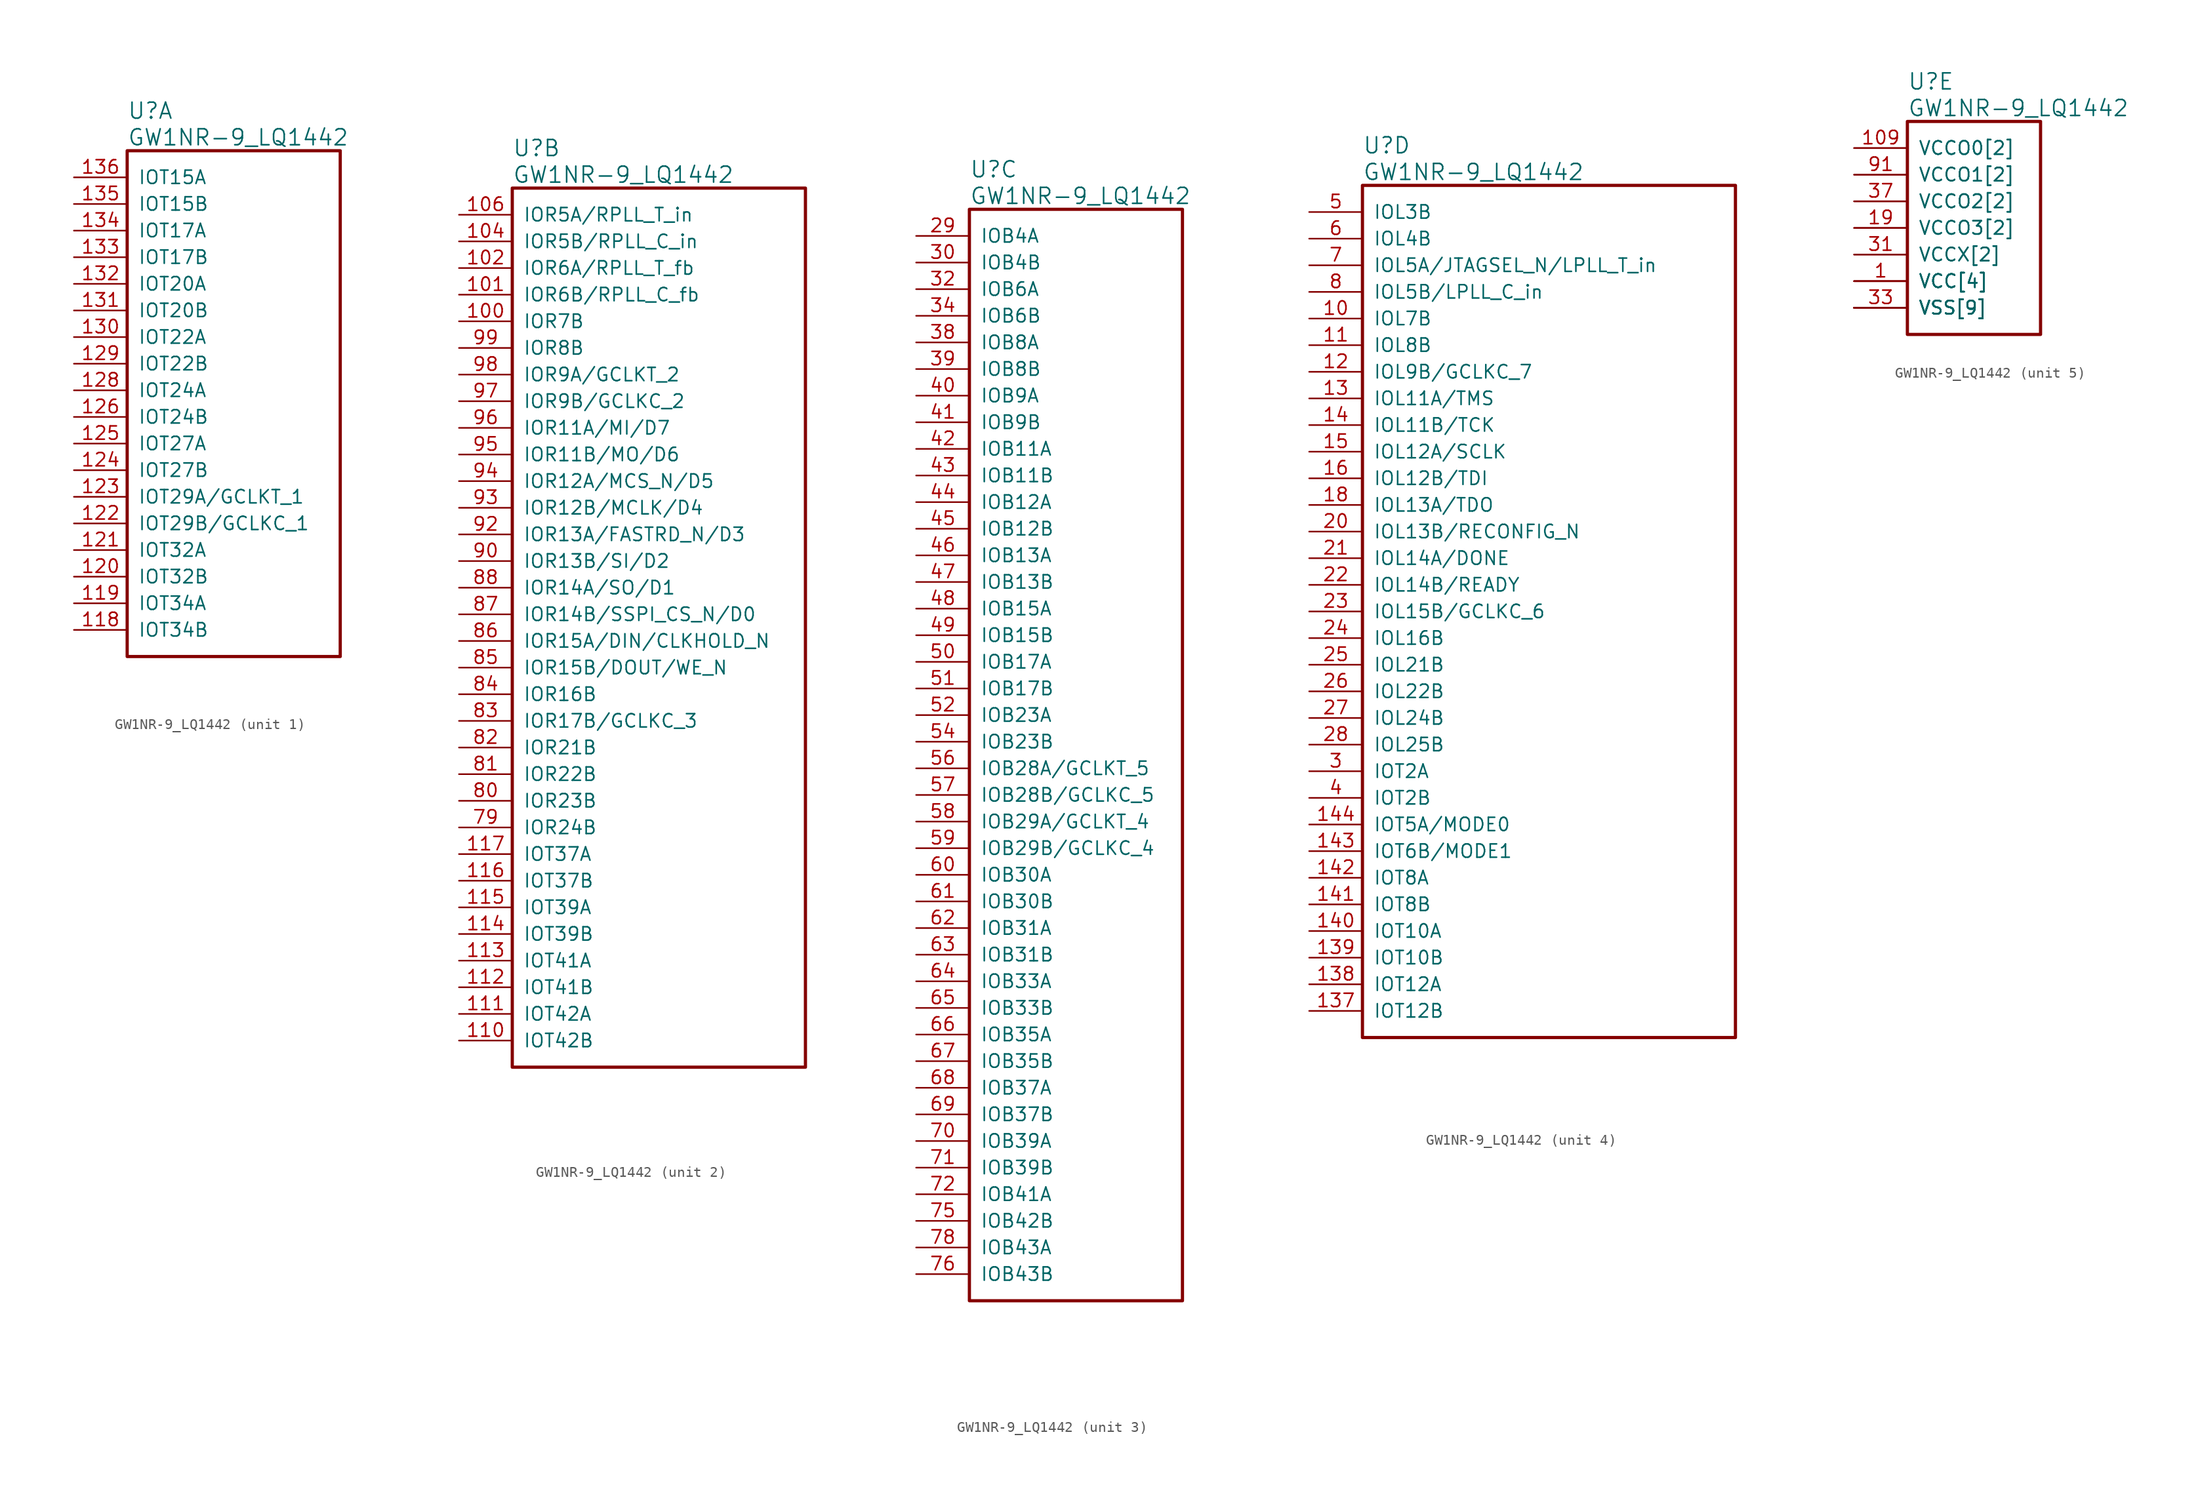
<source format=kicad_sym>
(kicad_symbol_lib
  (version 20241209)
  (generator "kicad_symbol_editor")
  (generator_version "9.0")
  (symbol "GW1NR-9_LQ1442"
    (pin_names
      (offset 1.016))
    (property "Reference" "U"
      (at 5.08 6.35 0)
      (effects (font (size 1.524 1.524)) (justify left)))
    (property "Value" "GW1NR-9_LQ1442"
      (at 5.08 3.81 0)
      (effects (font (size 1.524 1.524)) (justify left)))
    (property "ki_locked" ""
      (at 0 0 0)
      (effects (font (size 1.27 1.27))))
    (symbol "GW1NR-9_LQ1442_1_1"
      (rectangle (start 5.08 2.54) (end 25.4 -45.72) (stroke (width 0.305) (type solid)) (fill (type none)))
      (pin bidirectional line (at 0 0 0) (length 5.08) (name "IOT15A" (effects (font (size 1.27 1.27)))) (number "136" (effects (font (size 1.27 1.27)))))
      (pin bidirectional line (at 0 -2.54 0) (length 5.08) (name "IOT15B" (effects (font (size 1.27 1.27)))) (number "135" (effects (font (size 1.27 1.27)))))
      (pin bidirectional line (at 0 -5.08 0) (length 5.08) (name "IOT17A" (effects (font (size 1.27 1.27)))) (number "134" (effects (font (size 1.27 1.27)))))
      (pin bidirectional line (at 0 -7.62 0) (length 5.08) (name "IOT17B" (effects (font (size 1.27 1.27)))) (number "133" (effects (font (size 1.27 1.27)))))
      (pin bidirectional line (at 0 -10.16 0) (length 5.08) (name "IOT20A" (effects (font (size 1.27 1.27)))) (number "132" (effects (font (size 1.27 1.27)))))
      (pin bidirectional line (at 0 -12.7 0) (length 5.08) (name "IOT20B" (effects (font (size 1.27 1.27)))) (number "131" (effects (font (size 1.27 1.27)))))
      (pin bidirectional line (at 0 -15.24 0) (length 5.08) (name "IOT22A" (effects (font (size 1.27 1.27)))) (number "130" (effects (font (size 1.27 1.27)))))
      (pin bidirectional line (at 0 -17.78 0) (length 5.08) (name "IOT22B" (effects (font (size 1.27 1.27)))) (number "129" (effects (font (size 1.27 1.27)))))
      (pin bidirectional line (at 0 -20.32 0) (length 5.08) (name "IOT24A" (effects (font (size 1.27 1.27)))) (number "128" (effects (font (size 1.27 1.27)))))
      (pin bidirectional line (at 0 -22.86 0) (length 5.08) (name "IOT24B" (effects (font (size 1.27 1.27)))) (number "126" (effects (font (size 1.27 1.27)))))
      (pin bidirectional line (at 0 -25.4 0) (length 5.08) (name "IOT27A" (effects (font (size 1.27 1.27)))) (number "125" (effects (font (size 1.27 1.27)))))
      (pin bidirectional line (at 0 -27.94 0) (length 5.08) (name "IOT27B" (effects (font (size 1.27 1.27)))) (number "124" (effects (font (size 1.27 1.27)))))
      (pin bidirectional line (at 0 -30.48 0) (length 5.08) (name "IOT29A/GCLKT_1" (effects (font (size 1.27 1.27)))) (number "123" (effects (font (size 1.27 1.27)))))
      (pin bidirectional line (at 0 -33.02 0) (length 5.08) (name "IOT29B/GCLKC_1" (effects (font (size 1.27 1.27)))) (number "122" (effects (font (size 1.27 1.27)))))
      (pin bidirectional line (at 0 -35.56 0) (length 5.08) (name "IOT32A" (effects (font (size 1.27 1.27)))) (number "121" (effects (font (size 1.27 1.27)))))
      (pin bidirectional line (at 0 -38.1 0) (length 5.08) (name "IOT32B" (effects (font (size 1.27 1.27)))) (number "120" (effects (font (size 1.27 1.27)))))
      (pin bidirectional line (at 0 -40.64 0) (length 5.08) (name "IOT34A" (effects (font (size 1.27 1.27)))) (number "119" (effects (font (size 1.27 1.27)))))
      (pin bidirectional line (at 0 -43.18 0) (length 5.08) (name "IOT34B" (effects (font (size 1.27 1.27)))) (number "118" (effects (font (size 1.27 1.27))))))
    (symbol "GW1NR-9_LQ1442_2_1"
      (rectangle (start 5.08 2.54) (end 33.02 -81.28) (stroke (width 0.305) (type solid)) (fill (type none)))
      (pin bidirectional line (at 0 0 0) (length 5.08) (name "IOR5A/RPLL_T_in" (effects (font (size 1.27 1.27)))) (number "106" (effects (font (size 1.27 1.27)))))
      (pin bidirectional line (at 0 -2.54 0) (length 5.08) (name "IOR5B/RPLL_C_in" (effects (font (size 1.27 1.27)))) (number "104" (effects (font (size 1.27 1.27)))))
      (pin bidirectional line (at 0 -5.08 0) (length 5.08) (name "IOR6A/RPLL_T_fb" (effects (font (size 1.27 1.27)))) (number "102" (effects (font (size 1.27 1.27)))))
      (pin bidirectional line (at 0 -7.62 0) (length 5.08) (name "IOR6B/RPLL_C_fb" (effects (font (size 1.27 1.27)))) (number "101" (effects (font (size 1.27 1.27)))))
      (pin bidirectional line (at 0 -10.16 0) (length 5.08) (name "IOR7B" (effects (font (size 1.27 1.27)))) (number "100" (effects (font (size 1.27 1.27)))))
      (pin bidirectional line (at 0 -12.7 0) (length 5.08) (name "IOR8B" (effects (font (size 1.27 1.27)))) (number "99" (effects (font (size 1.27 1.27)))))
      (pin bidirectional line (at 0 -15.24 0) (length 5.08) (name "IOR9A/GCLKT_2" (effects (font (size 1.27 1.27)))) (number "98" (effects (font (size 1.27 1.27)))))
      (pin bidirectional line (at 0 -17.78 0) (length 5.08) (name "IOR9B/GCLKC_2" (effects (font (size 1.27 1.27)))) (number "97" (effects (font (size 1.27 1.27)))))
      (pin bidirectional line (at 0 -20.32 0) (length 5.08) (name "IOR11A/MI/D7" (effects (font (size 1.27 1.27)))) (number "96" (effects (font (size 1.27 1.27)))))
      (pin bidirectional line (at 0 -22.86 0) (length 5.08) (name "IOR11B/MO/D6" (effects (font (size 1.27 1.27)))) (number "95" (effects (font (size 1.27 1.27)))))
      (pin bidirectional line (at 0 -25.4 0) (length 5.08) (name "IOR12A/MCS_N/D5" (effects (font (size 1.27 1.27)))) (number "94" (effects (font (size 1.27 1.27)))))
      (pin bidirectional line (at 0 -27.94 0) (length 5.08) (name "IOR12B/MCLK/D4" (effects (font (size 1.27 1.27)))) (number "93" (effects (font (size 1.27 1.27)))))
      (pin bidirectional line (at 0 -30.48 0) (length 5.08) (name "IOR13A/FASTRD_N/D3" (effects (font (size 1.27 1.27)))) (number "92" (effects (font (size 1.27 1.27)))))
      (pin bidirectional line (at 0 -33.02 0) (length 5.08) (name "IOR13B/SI/D2" (effects (font (size 1.27 1.27)))) (number "90" (effects (font (size 1.27 1.27)))))
      (pin bidirectional line (at 0 -35.56 0) (length 5.08) (name "IOR14A/SO/D1" (effects (font (size 1.27 1.27)))) (number "88" (effects (font (size 1.27 1.27)))))
      (pin bidirectional line (at 0 -38.1 0) (length 5.08) (name "IOR14B/SSPI_CS_N/D0" (effects (font (size 1.27 1.27)))) (number "87" (effects (font (size 1.27 1.27)))))
      (pin bidirectional line (at 0 -40.64 0) (length 5.08) (name "IOR15A/DIN/CLKHOLD_N" (effects (font (size 1.27 1.27)))) (number "86" (effects (font (size 1.27 1.27)))))
      (pin bidirectional line (at 0 -43.18 0) (length 5.08) (name "IOR15B/DOUT/WE_N" (effects (font (size 1.27 1.27)))) (number "85" (effects (font (size 1.27 1.27)))))
      (pin bidirectional line (at 0 -45.72 0) (length 5.08) (name "IOR16B" (effects (font (size 1.27 1.27)))) (number "84" (effects (font (size 1.27 1.27)))))
      (pin bidirectional line (at 0 -48.26 0) (length 5.08) (name "IOR17B/GCLKC_3" (effects (font (size 1.27 1.27)))) (number "83" (effects (font (size 1.27 1.27)))))
      (pin bidirectional line (at 0 -50.8 0) (length 5.08) (name "IOR21B" (effects (font (size 1.27 1.27)))) (number "82" (effects (font (size 1.27 1.27)))))
      (pin bidirectional line (at 0 -53.34 0) (length 5.08) (name "IOR22B" (effects (font (size 1.27 1.27)))) (number "81" (effects (font (size 1.27 1.27)))))
      (pin bidirectional line (at 0 -55.88 0) (length 5.08) (name "IOR23B" (effects (font (size 1.27 1.27)))) (number "80" (effects (font (size 1.27 1.27)))))
      (pin bidirectional line (at 0 -58.42 0) (length 5.08) (name "IOR24B" (effects (font (size 1.27 1.27)))) (number "79" (effects (font (size 1.27 1.27)))))
      (pin bidirectional line (at 0 -60.96 0) (length 5.08) (name "IOT37A" (effects (font (size 1.27 1.27)))) (number "117" (effects (font (size 1.27 1.27)))))
      (pin bidirectional line (at 0 -63.5 0) (length 5.08) (name "IOT37B" (effects (font (size 1.27 1.27)))) (number "116" (effects (font (size 1.27 1.27)))))
      (pin bidirectional line (at 0 -66.04 0) (length 5.08) (name "IOT39A" (effects (font (size 1.27 1.27)))) (number "115" (effects (font (size 1.27 1.27)))))
      (pin bidirectional line (at 0 -68.58 0) (length 5.08) (name "IOT39B" (effects (font (size 1.27 1.27)))) (number "114" (effects (font (size 1.27 1.27)))))
      (pin bidirectional line (at 0 -71.12 0) (length 5.08) (name "IOT41A" (effects (font (size 1.27 1.27)))) (number "113" (effects (font (size 1.27 1.27)))))
      (pin bidirectional line (at 0 -73.66 0) (length 5.08) (name "IOT41B" (effects (font (size 1.27 1.27)))) (number "112" (effects (font (size 1.27 1.27)))))
      (pin bidirectional line (at 0 -76.2 0) (length 5.08) (name "IOT42A" (effects (font (size 1.27 1.27)))) (number "111" (effects (font (size 1.27 1.27)))))
      (pin bidirectional line (at 0 -78.74 0) (length 5.08) (name "IOT42B" (effects (font (size 1.27 1.27)))) (number "110" (effects (font (size 1.27 1.27))))))
    (symbol "GW1NR-9_LQ1442_3_1"
      (rectangle (start 5.08 2.54) (end 25.4 -101.6) (stroke (width 0.305) (type solid)) (fill (type none)))
      (pin bidirectional line (at 0 0 0) (length 5.08) (name "IOB4A" (effects (font (size 1.27 1.27)))) (number "29" (effects (font (size 1.27 1.27)))))
      (pin bidirectional line (at 0 -2.54 0) (length 5.08) (name "IOB4B" (effects (font (size 1.27 1.27)))) (number "30" (effects (font (size 1.27 1.27)))))
      (pin bidirectional line (at 0 -5.08 0) (length 5.08) (name "IOB6A" (effects (font (size 1.27 1.27)))) (number "32" (effects (font (size 1.27 1.27)))))
      (pin bidirectional line (at 0 -7.62 0) (length 5.08) (name "IOB6B" (effects (font (size 1.27 1.27)))) (number "34" (effects (font (size 1.27 1.27)))))
      (pin bidirectional line (at 0 -10.16 0) (length 5.08) (name "IOB8A" (effects (font (size 1.27 1.27)))) (number "38" (effects (font (size 1.27 1.27)))))
      (pin bidirectional line (at 0 -12.7 0) (length 5.08) (name "IOB8B" (effects (font (size 1.27 1.27)))) (number "39" (effects (font (size 1.27 1.27)))))
      (pin bidirectional line (at 0 -15.24 0) (length 5.08) (name "IOB9A" (effects (font (size 1.27 1.27)))) (number "40" (effects (font (size 1.27 1.27)))))
      (pin bidirectional line (at 0 -17.78 0) (length 5.08) (name "IOB9B" (effects (font (size 1.27 1.27)))) (number "41" (effects (font (size 1.27 1.27)))))
      (pin bidirectional line (at 0 -20.32 0) (length 5.08) (name "IOB11A" (effects (font (size 1.27 1.27)))) (number "42" (effects (font (size 1.27 1.27)))))
      (pin bidirectional line (at 0 -22.86 0) (length 5.08) (name "IOB11B" (effects (font (size 1.27 1.27)))) (number "43" (effects (font (size 1.27 1.27)))))
      (pin bidirectional line (at 0 -25.4 0) (length 5.08) (name "IOB12A" (effects (font (size 1.27 1.27)))) (number "44" (effects (font (size 1.27 1.27)))))
      (pin bidirectional line (at 0 -27.94 0) (length 5.08) (name "IOB12B" (effects (font (size 1.27 1.27)))) (number "45" (effects (font (size 1.27 1.27)))))
      (pin bidirectional line (at 0 -30.48 0) (length 5.08) (name "IOB13A" (effects (font (size 1.27 1.27)))) (number "46" (effects (font (size 1.27 1.27)))))
      (pin bidirectional line (at 0 -33.02 0) (length 5.08) (name "IOB13B" (effects (font (size 1.27 1.27)))) (number "47" (effects (font (size 1.27 1.27)))))
      (pin bidirectional line (at 0 -35.56 0) (length 5.08) (name "IOB15A" (effects (font (size 1.27 1.27)))) (number "48" (effects (font (size 1.27 1.27)))))
      (pin bidirectional line (at 0 -38.1 0) (length 5.08) (name "IOB15B" (effects (font (size 1.27 1.27)))) (number "49" (effects (font (size 1.27 1.27)))))
      (pin bidirectional line (at 0 -40.64 0) (length 5.08) (name "IOB17A" (effects (font (size 1.27 1.27)))) (number "50" (effects (font (size 1.27 1.27)))))
      (pin bidirectional line (at 0 -43.18 0) (length 5.08) (name "IOB17B" (effects (font (size 1.27 1.27)))) (number "51" (effects (font (size 1.27 1.27)))))
      (pin bidirectional line (at 0 -45.72 0) (length 5.08) (name "IOB23A" (effects (font (size 1.27 1.27)))) (number "52" (effects (font (size 1.27 1.27)))))
      (pin bidirectional line (at 0 -48.26 0) (length 5.08) (name "IOB23B" (effects (font (size 1.27 1.27)))) (number "54" (effects (font (size 1.27 1.27)))))
      (pin bidirectional line (at 0 -50.8 0) (length 5.08) (name "IOB28A/GCLKT_5" (effects (font (size 1.27 1.27)))) (number "56" (effects (font (size 1.27 1.27)))))
      (pin bidirectional line (at 0 -53.34 0) (length 5.08) (name "IOB28B/GCLKC_5" (effects (font (size 1.27 1.27)))) (number "57" (effects (font (size 1.27 1.27)))))
      (pin bidirectional line (at 0 -55.88 0) (length 5.08) (name "IOB29A/GCLKT_4" (effects (font (size 1.27 1.27)))) (number "58" (effects (font (size 1.27 1.27)))))
      (pin bidirectional line (at 0 -58.42 0) (length 5.08) (name "IOB29B/GCLKC_4" (effects (font (size 1.27 1.27)))) (number "59" (effects (font (size 1.27 1.27)))))
      (pin bidirectional line (at 0 -60.96 0) (length 5.08) (name "IOB30A" (effects (font (size 1.27 1.27)))) (number "60" (effects (font (size 1.27 1.27)))))
      (pin bidirectional line (at 0 -63.5 0) (length 5.08) (name "IOB30B" (effects (font (size 1.27 1.27)))) (number "61" (effects (font (size 1.27 1.27)))))
      (pin bidirectional line (at 0 -66.04 0) (length 5.08) (name "IOB31A" (effects (font (size 1.27 1.27)))) (number "62" (effects (font (size 1.27 1.27)))))
      (pin bidirectional line (at 0 -68.58 0) (length 5.08) (name "IOB31B" (effects (font (size 1.27 1.27)))) (number "63" (effects (font (size 1.27 1.27)))))
      (pin bidirectional line (at 0 -71.12 0) (length 5.08) (name "IOB33A" (effects (font (size 1.27 1.27)))) (number "64" (effects (font (size 1.27 1.27)))))
      (pin bidirectional line (at 0 -73.66 0) (length 5.08) (name "IOB33B" (effects (font (size 1.27 1.27)))) (number "65" (effects (font (size 1.27 1.27)))))
      (pin bidirectional line (at 0 -76.2 0) (length 5.08) (name "IOB35A" (effects (font (size 1.27 1.27)))) (number "66" (effects (font (size 1.27 1.27)))))
      (pin bidirectional line (at 0 -78.74 0) (length 5.08) (name "IOB35B" (effects (font (size 1.27 1.27)))) (number "67" (effects (font (size 1.27 1.27)))))
      (pin bidirectional line (at 0 -81.28 0) (length 5.08) (name "IOB37A" (effects (font (size 1.27 1.27)))) (number "68" (effects (font (size 1.27 1.27)))))
      (pin bidirectional line (at 0 -83.82 0) (length 5.08) (name "IOB37B" (effects (font (size 1.27 1.27)))) (number "69" (effects (font (size 1.27 1.27)))))
      (pin bidirectional line (at 0 -86.36 0) (length 5.08) (name "IOB39A" (effects (font (size 1.27 1.27)))) (number "70" (effects (font (size 1.27 1.27)))))
      (pin bidirectional line (at 0 -88.9 0) (length 5.08) (name "IOB39B" (effects (font (size 1.27 1.27)))) (number "71" (effects (font (size 1.27 1.27)))))
      (pin bidirectional line (at 0 -91.44 0) (length 5.08) (name "IOB41A" (effects (font (size 1.27 1.27)))) (number "72" (effects (font (size 1.27 1.27)))))
      (pin bidirectional line (at 0 -93.98 0) (length 5.08) (name "IOB42B" (effects (font (size 1.27 1.27)))) (number "75" (effects (font (size 1.27 1.27)))))
      (pin bidirectional line (at 0 -96.52 0) (length 5.08) (name "IOB43A" (effects (font (size 1.27 1.27)))) (number "78" (effects (font (size 1.27 1.27)))))
      (pin bidirectional line (at 0 -99.06 0) (length 5.08) (name "IOB43B" (effects (font (size 1.27 1.27)))) (number "76" (effects (font (size 1.27 1.27))))))
    (symbol "GW1NR-9_LQ1442_4_1"
      (rectangle (start 5.08 2.54) (end 40.64 -78.74) (stroke (width 0.305) (type solid)) (fill (type none)))
      (pin bidirectional line (at 0 0 0) (length 5.08) (name "IOL3B" (effects (font (size 1.27 1.27)))) (number "5" (effects (font (size 1.27 1.27)))))
      (pin bidirectional line (at 0 -2.54 0) (length 5.08) (name "IOL4B" (effects (font (size 1.27 1.27)))) (number "6" (effects (font (size 1.27 1.27)))))
      (pin bidirectional line (at 0 -5.08 0) (length 5.08) (name "IOL5A/JTAGSEL_N/LPLL_T_in" (effects (font (size 1.27 1.27)))) (number "7" (effects (font (size 1.27 1.27)))))
      (pin bidirectional line (at 0 -7.62 0) (length 5.08) (name "IOL5B/LPLL_C_in" (effects (font (size 1.27 1.27)))) (number "8" (effects (font (size 1.27 1.27)))))
      (pin bidirectional line (at 0 -10.16 0) (length 5.08) (name "IOL7B" (effects (font (size 1.27 1.27)))) (number "10" (effects (font (size 1.27 1.27)))))
      (pin bidirectional line (at 0 -12.7 0) (length 5.08) (name "IOL8B" (effects (font (size 1.27 1.27)))) (number "11" (effects (font (size 1.27 1.27)))))
      (pin bidirectional line (at 0 -15.24 0) (length 5.08) (name "IOL9B/GCLKC_7" (effects (font (size 1.27 1.27)))) (number "12" (effects (font (size 1.27 1.27)))))
      (pin bidirectional line (at 0 -17.78 0) (length 5.08) (name "IOL11A/TMS" (effects (font (size 1.27 1.27)))) (number "13" (effects (font (size 1.27 1.27)))))
      (pin bidirectional line (at 0 -20.32 0) (length 5.08) (name "IOL11B/TCK" (effects (font (size 1.27 1.27)))) (number "14" (effects (font (size 1.27 1.27)))))
      (pin bidirectional line (at 0 -22.86 0) (length 5.08) (name "IOL12A/SCLK" (effects (font (size 1.27 1.27)))) (number "15" (effects (font (size 1.27 1.27)))))
      (pin bidirectional line (at 0 -25.4 0) (length 5.08) (name "IOL12B/TDI" (effects (font (size 1.27 1.27)))) (number "16" (effects (font (size 1.27 1.27)))))
      (pin bidirectional line (at 0 -27.94 0) (length 5.08) (name "IOL13A/TDO" (effects (font (size 1.27 1.27)))) (number "18" (effects (font (size 1.27 1.27)))))
      (pin bidirectional line (at 0 -30.48 0) (length 5.08) (name "IOL13B/RECONFIG_N" (effects (font (size 1.27 1.27)))) (number "20" (effects (font (size 1.27 1.27)))))
      (pin bidirectional line (at 0 -33.02 0) (length 5.08) (name "IOL14A/DONE" (effects (font (size 1.27 1.27)))) (number "21" (effects (font (size 1.27 1.27)))))
      (pin bidirectional line (at 0 -35.56 0) (length 5.08) (name "IOL14B/READY" (effects (font (size 1.27 1.27)))) (number "22" (effects (font (size 1.27 1.27)))))
      (pin bidirectional line (at 0 -38.1 0) (length 5.08) (name "IOL15B/GCLKC_6" (effects (font (size 1.27 1.27)))) (number "23" (effects (font (size 1.27 1.27)))))
      (pin bidirectional line (at 0 -40.64 0) (length 5.08) (name "IOL16B" (effects (font (size 1.27 1.27)))) (number "24" (effects (font (size 1.27 1.27)))))
      (pin bidirectional line (at 0 -43.18 0) (length 5.08) (name "IOL21B" (effects (font (size 1.27 1.27)))) (number "25" (effects (font (size 1.27 1.27)))))
      (pin bidirectional line (at 0 -45.72 0) (length 5.08) (name "IOL22B" (effects (font (size 1.27 1.27)))) (number "26" (effects (font (size 1.27 1.27)))))
      (pin bidirectional line (at 0 -48.26 0) (length 5.08) (name "IOL24B" (effects (font (size 1.27 1.27)))) (number "27" (effects (font (size 1.27 1.27)))))
      (pin bidirectional line (at 0 -50.8 0) (length 5.08) (name "IOL25B" (effects (font (size 1.27 1.27)))) (number "28" (effects (font (size 1.27 1.27)))))
      (pin bidirectional line (at 0 -53.34 0) (length 5.08) (name "IOT2A" (effects (font (size 1.27 1.27)))) (number "3" (effects (font (size 1.27 1.27)))))
      (pin bidirectional line (at 0 -55.88 0) (length 5.08) (name "IOT2B" (effects (font (size 1.27 1.27)))) (number "4" (effects (font (size 1.27 1.27)))))
      (pin bidirectional line (at 0 -58.42 0) (length 5.08) (name "IOT5A/MODE0" (effects (font (size 1.27 1.27)))) (number "144" (effects (font (size 1.27 1.27)))))
      (pin bidirectional line (at 0 -60.96 0) (length 5.08) (name "IOT6B/MODE1" (effects (font (size 1.27 1.27)))) (number "143" (effects (font (size 1.27 1.27)))))
      (pin bidirectional line (at 0 -63.5 0) (length 5.08) (name "IOT8A" (effects (font (size 1.27 1.27)))) (number "142" (effects (font (size 1.27 1.27)))))
      (pin bidirectional line (at 0 -66.04 0) (length 5.08) (name "IOT8B" (effects (font (size 1.27 1.27)))) (number "141" (effects (font (size 1.27 1.27)))))
      (pin bidirectional line (at 0 -68.58 0) (length 5.08) (name "IOT10A" (effects (font (size 1.27 1.27)))) (number "140" (effects (font (size 1.27 1.27)))))
      (pin bidirectional line (at 0 -71.12 0) (length 5.08) (name "IOT10B" (effects (font (size 1.27 1.27)))) (number "139" (effects (font (size 1.27 1.27)))))
      (pin bidirectional line (at 0 -73.66 0) (length 5.08) (name "IOT12A" (effects (font (size 1.27 1.27)))) (number "138" (effects (font (size 1.27 1.27)))))
      (pin bidirectional line (at 0 -76.2 0) (length 5.08) (name "IOT12B" (effects (font (size 1.27 1.27)))) (number "137" (effects (font (size 1.27 1.27))))))
    (symbol "GW1NR-9_LQ1442_5_1"
      (rectangle (start 5.08 2.54) (end 17.78 -17.78) (stroke (width 0.305) (type solid)) (fill (type none)))
      (pin power_in line (at 0 0 0) (length 5.08) (name "VCCO0[2]" (effects (font (size 1.27 1.27)))) (number "109" (effects (font (size 1.27 1.27)))))
      (pin power_in line (at 0 0 0) (length 5.08) (name "VCCO0[2]" (effects (font (size 1.27 1.27)))) (number "127" (effects (font (size 0 0)))))
      (pin power_in line (at 0 -2.54 0) (length 5.08) (name "VCCO1[2]" (effects (font (size 1.27 1.27)))) (number "103" (effects (font (size 0 0)))))
      (pin power_in line (at 0 -2.54 0) (length 5.08) (name "VCCO1[2]" (effects (font (size 1.27 1.27)))) (number "91" (effects (font (size 1.27 1.27)))))
      (pin power_in line (at 0 -5.08 0) (length 5.08) (name "VCCO2[2]" (effects (font (size 1.27 1.27)))) (number "37" (effects (font (size 1.27 1.27)))))
      (pin power_in line (at 0 -5.08 0) (length 5.08) (name "VCCO2[2]" (effects (font (size 1.27 1.27)))) (number "55" (effects (font (size 0 0)))))
      (pin power_in line (at 0 -7.62 0) (length 5.08) (name "VCCO3[2]" (effects (font (size 1.27 1.27)))) (number "19" (effects (font (size 1.27 1.27)))))
      (pin power_in line (at 0 -7.62 0) (length 5.08) (name "VCCO3[2]" (effects (font (size 1.27 1.27)))) (number "9" (effects (font (size 0 0)))))
      (pin power_in line (at 0 -10.16 0) (length 5.08) (name "VCCX[2]" (effects (font (size 1.27 1.27)))) (number "31" (effects (font (size 1.27 1.27)))))
      (pin power_in line (at 0 -10.16 0) (length 5.08) (name "VCCX[2]" (effects (font (size 1.27 1.27)))) (number "77" (effects (font (size 0 0)))))
      (pin power_in line (at 0 -12.7 0) (length 5.08) (name "VCC[4]" (effects (font (size 1.27 1.27)))) (number "1" (effects (font (size 1.27 1.27)))))
      (pin power_in line (at 0 -12.7 0) (length 5.08) (name "VCC[4]" (effects (font (size 1.27 1.27)))) (number "108" (effects (font (size 0 0)))))
      (pin power_in line (at 0 -12.7 0) (length 5.08) (name "VCC[4]" (effects (font (size 1.27 1.27)))) (number "36" (effects (font (size 0 0)))))
      (pin power_in line (at 0 -12.7 0) (length 5.08) (name "VCC[4]" (effects (font (size 1.27 1.27)))) (number "73" (effects (font (size 0 0)))))
      (pin power_in line (at 0 -15.24 0) (length 5.08) (name "VSS[9]" (effects (font (size 1.27 1.27)))) (number "105" (effects (font (size 0 0)))))
      (pin power_in line (at 0 -15.24 0) (length 5.08) (name "VSS[9]" (effects (font (size 1.27 1.27)))) (number "107" (effects (font (size 0 0)))))
      (pin power_in line (at 0 -15.24 0) (length 5.08) (name "VSS[9]" (effects (font (size 1.27 1.27)))) (number "17" (effects (font (size 0 0)))))
      (pin power_in line (at 0 -15.24 0) (length 5.08) (name "VSS[9]" (effects (font (size 1.27 1.27)))) (number "2" (effects (font (size 0 0)))))
      (pin power_in line (at 0 -15.24 0) (length 5.08) (name "VSS[9]" (effects (font (size 1.27 1.27)))) (number "33" (effects (font (size 1.27 1.27)))))
      (pin power_in line (at 0 -15.24 0) (length 5.08) (name "VSS[9]" (effects (font (size 1.27 1.27)))) (number "35" (effects (font (size 0 0)))))
      (pin power_in line (at 0 -15.24 0) (length 5.08) (name "VSS[9]" (effects (font (size 1.27 1.27)))) (number "53" (effects (font (size 0 0)))))
      (pin power_in line (at 0 -15.24 0) (length 5.08) (name "VSS[9]" (effects (font (size 1.27 1.27)))) (number "74" (effects (font (size 0 0)))))
      (pin power_in line (at 0 -15.24 0) (length 5.08) (name "VSS[9]" (effects (font (size 1.27 1.27)))) (number "89" (effects (font (size 0 0))))))))
</source>
